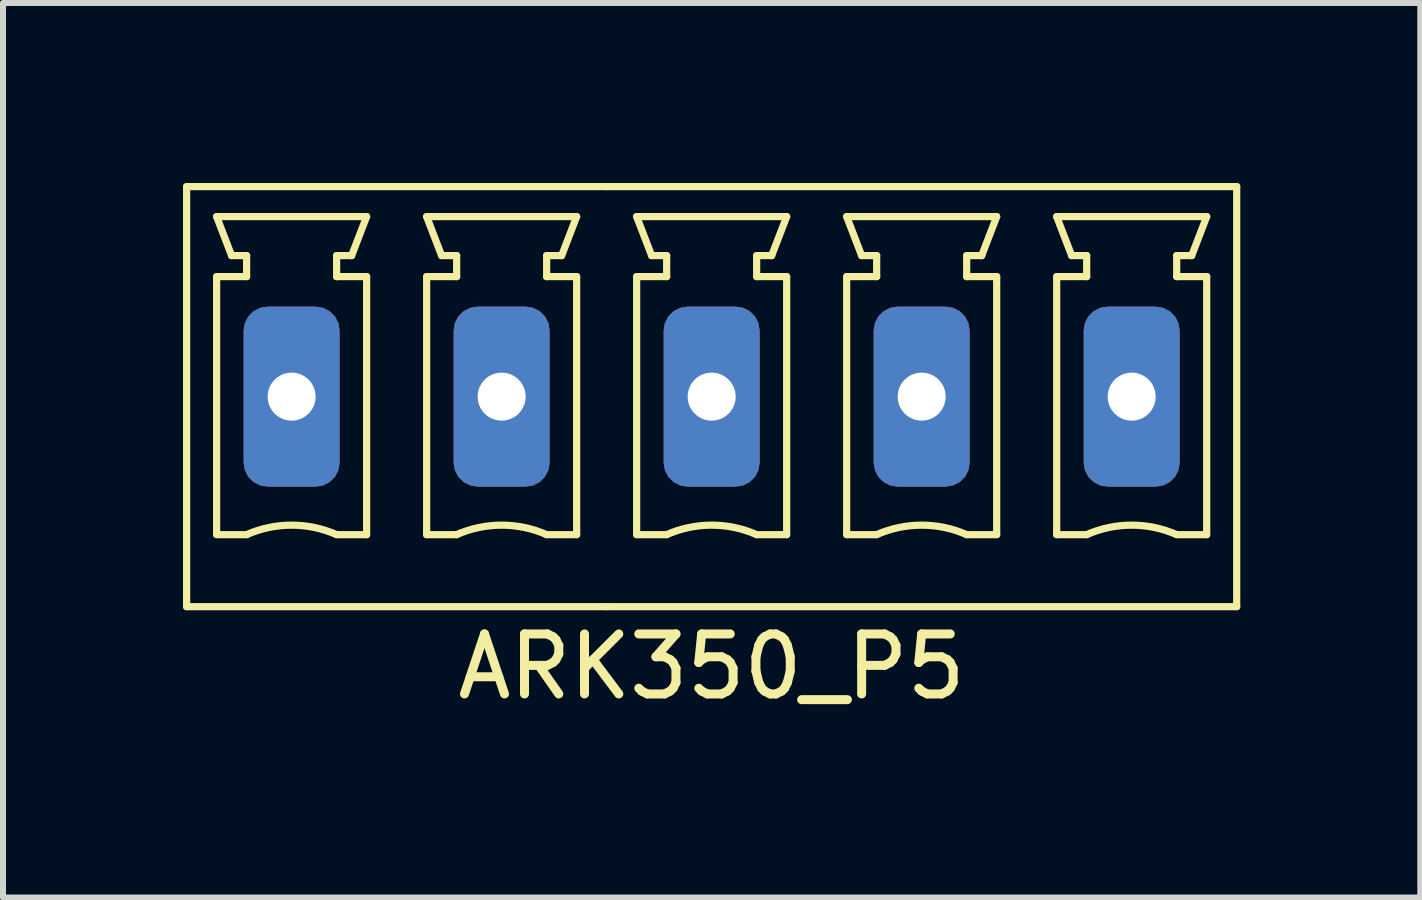
<source format=kicad_pcb>
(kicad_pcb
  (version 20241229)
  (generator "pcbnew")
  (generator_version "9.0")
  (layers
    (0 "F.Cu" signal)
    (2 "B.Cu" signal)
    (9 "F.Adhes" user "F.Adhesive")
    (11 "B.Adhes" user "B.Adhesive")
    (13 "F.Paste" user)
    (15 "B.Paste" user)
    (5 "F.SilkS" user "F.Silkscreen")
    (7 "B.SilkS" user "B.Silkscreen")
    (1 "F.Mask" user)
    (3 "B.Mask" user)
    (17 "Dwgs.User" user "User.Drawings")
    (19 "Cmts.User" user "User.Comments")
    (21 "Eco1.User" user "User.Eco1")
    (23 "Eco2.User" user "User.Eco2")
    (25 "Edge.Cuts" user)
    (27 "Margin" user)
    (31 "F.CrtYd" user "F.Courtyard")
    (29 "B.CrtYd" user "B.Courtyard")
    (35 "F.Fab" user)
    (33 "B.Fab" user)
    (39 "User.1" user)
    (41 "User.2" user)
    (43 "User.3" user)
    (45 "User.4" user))
  (footprint "ARK350_P5"
    (layer "F.Cu")
    (at 8.81 3.56)
    (property "Reference" "ARK350_P5" (at 0 4.5 0) (layer "F.SilkS") (effects (font (size 1 1) (thickness 0.15))))
    (attr through_hole)
    (fp_line (start -8.75 -3.5) (end -8.75 3.5) (stroke (width 0.12) (type solid)) (layer "F.SilkS"))
    (fp_line (start -8.75 3.5) (end -1.75 3.5) (stroke (width 0.12) (type solid)) (layer "F.SilkS"))
    (fp_line (start -8.25 -3) (end -5.75 -3) (stroke (width 0.12) (type solid)) (layer "F.SilkS"))
    (fp_line (start -8.25 -2) (end -7.75 -2) (stroke (width 0.12) (type solid)) (layer "F.SilkS"))
    (fp_line (start -8.25 2.3) (end -8.25 -2) (stroke (width 0.12) (type solid)) (layer "F.SilkS"))
    (fp_line (start -8 -2.35) (end -8.25 -3) (stroke (width 0.12) (type solid)) (layer "F.SilkS"))
    (fp_line (start -7.75 -2.35) (end -8 -2.35) (stroke (width 0.12) (type solid)) (layer "F.SilkS"))
    (fp_line (start -7.75 -2) (end -7.75 -2.35) (stroke (width 0.12) (type solid)) (layer "F.SilkS"))
    (fp_line (start -7.75 2.3) (end -8.25 2.3) (stroke (width 0.12) (type solid)) (layer "F.SilkS"))
    (fp_line (start -6.25 -2.35) (end -6.25 -2) (stroke (width 0.12) (type solid)) (layer "F.SilkS"))
    (fp_line (start -6.25 -2) (end -5.75 -2) (stroke (width 0.12) (type solid)) (layer "F.SilkS"))
    (fp_line (start -6 -2.35) (end -6.25 -2.35) (stroke (width 0.12) (type solid)) (layer "F.SilkS"))
    (fp_line (start -5.75 -3) (end -6 -2.35) (stroke (width 0.12) (type solid)) (layer "F.SilkS"))
    (fp_line (start -5.75 -2) (end -5.75 2.3) (stroke (width 0.12) (type solid)) (layer "F.SilkS"))
    (fp_line (start -5.75 2.3) (end -6.25 2.3) (stroke (width 0.12) (type solid)) (layer "F.SilkS"))
    (fp_line (start -4.75 -3) (end -2.25 -3) (stroke (width 0.12) (type solid)) (layer "F.SilkS"))
    (fp_line (start -4.75 -2) (end -4.25 -2) (stroke (width 0.12) (type solid)) (layer "F.SilkS"))
    (fp_line (start -4.75 2.3) (end -4.75 -2) (stroke (width 0.12) (type solid)) (layer "F.SilkS"))
    (fp_line (start -4.5 -2.35) (end -4.75 -3) (stroke (width 0.12) (type solid)) (layer "F.SilkS"))
    (fp_line (start -4.25 -2.35) (end -4.5 -2.35) (stroke (width 0.12) (type solid)) (layer "F.SilkS"))
    (fp_line (start -4.25 -2) (end -4.25 -2.35) (stroke (width 0.12) (type solid)) (layer "F.SilkS"))
    (fp_line (start -4.25 2.3) (end -4.75 2.3) (stroke (width 0.12) (type solid)) (layer "F.SilkS"))
    (fp_line (start -2.75 -2.35) (end -2.75 -2) (stroke (width 0.12) (type solid)) (layer "F.SilkS"))
    (fp_line (start -2.75 -2) (end -2.25 -2) (stroke (width 0.12) (type solid)) (layer "F.SilkS"))
    (fp_line (start -2.5 -2.35) (end -2.75 -2.35) (stroke (width 0.12) (type solid)) (layer "F.SilkS"))
    (fp_line (start -2.25 -3) (end -2.5 -2.35) (stroke (width 0.12) (type solid)) (layer "F.SilkS"))
    (fp_line (start -2.25 -2) (end -2.25 2.3) (stroke (width 0.12) (type solid)) (layer "F.SilkS"))
    (fp_line (start -2.25 2.3) (end -2.75 2.3) (stroke (width 0.12) (type solid)) (layer "F.SilkS"))
    (fp_line (start -1.75 -3.5) (end -8.75 -3.5) (stroke (width 0.12) (type solid)) (layer "F.SilkS"))
    (fp_line (start -1.75 3.5) (end 8.75 3.5) (stroke (width 0.12) (type solid)) (layer "F.SilkS"))
    (fp_line (start -1.25 -3) (end 1.25 -3) (stroke (width 0.12) (type solid)) (layer "F.SilkS"))
    (fp_line (start -1.25 -2) (end -0.75 -2) (stroke (width 0.12) (type solid)) (layer "F.SilkS"))
    (fp_line (start -1.25 2.3) (end -1.25 -2) (stroke (width 0.12) (type solid)) (layer "F.SilkS"))
    (fp_line (start -1 -2.35) (end -1.25 -3) (stroke (width 0.12) (type solid)) (layer "F.SilkS"))
    (fp_line (start -0.75 -2.35) (end -1 -2.35) (stroke (width 0.12) (type solid)) (layer "F.SilkS"))
    (fp_line (start -0.75 -2) (end -0.75 -2.35) (stroke (width 0.12) (type solid)) (layer "F.SilkS"))
    (fp_line (start -0.75 2.3) (end -1.25 2.3) (stroke (width 0.12) (type solid)) (layer "F.SilkS"))
    (fp_line (start 0.75 -2.35) (end 0.75 -2) (stroke (width 0.12) (type solid)) (layer "F.SilkS"))
    (fp_line (start 0.75 -2) (end 1.25 -2) (stroke (width 0.12) (type solid)) (layer "F.SilkS"))
    (fp_line (start 1 -2.35) (end 0.75 -2.35) (stroke (width 0.12) (type solid)) (layer "F.SilkS"))
    (fp_line (start 1.25 -3) (end 1 -2.35) (stroke (width 0.12) (type solid)) (layer "F.SilkS"))
    (fp_line (start 1.25 -2) (end 1.25 2.3) (stroke (width 0.12) (type solid)) (layer "F.SilkS"))
    (fp_line (start 1.25 2.3) (end 0.75 2.3) (stroke (width 0.12) (type solid)) (layer "F.SilkS"))
    (fp_line (start 2.25 -3) (end 4.75 -3) (stroke (width 0.12) (type solid)) (layer "F.SilkS"))
    (fp_line (start 2.25 -2) (end 2.75 -2) (stroke (width 0.12) (type solid)) (layer "F.SilkS"))
    (fp_line (start 2.25 2.3) (end 2.25 -2) (stroke (width 0.12) (type solid)) (layer "F.SilkS"))
    (fp_line (start 2.5 -2.35) (end 2.25 -3) (stroke (width 0.12) (type solid)) (layer "F.SilkS"))
    (fp_line (start 2.75 -2.35) (end 2.5 -2.35) (stroke (width 0.12) (type solid)) (layer "F.SilkS"))
    (fp_line (start 2.75 -2) (end 2.75 -2.35) (stroke (width 0.12) (type solid)) (layer "F.SilkS"))
    (fp_line (start 2.75 2.3) (end 2.25 2.3) (stroke (width 0.12) (type solid)) (layer "F.SilkS"))
    (fp_line (start 4.25 -2.35) (end 4.25 -2) (stroke (width 0.12) (type solid)) (layer "F.SilkS"))
    (fp_line (start 4.25 -2) (end 4.75 -2) (stroke (width 0.12) (type solid)) (layer "F.SilkS"))
    (fp_line (start 4.5 -2.35) (end 4.25 -2.35) (stroke (width 0.12) (type solid)) (layer "F.SilkS"))
    (fp_line (start 4.75 -3) (end 4.5 -2.35) (stroke (width 0.12) (type solid)) (layer "F.SilkS"))
    (fp_line (start 4.75 -2) (end 4.75 2.3) (stroke (width 0.12) (type solid)) (layer "F.SilkS"))
    (fp_line (start 4.75 2.3) (end 4.25 2.3) (stroke (width 0.12) (type solid)) (layer "F.SilkS"))
    (fp_line (start 5.75 -3) (end 8.25 -3) (stroke (width 0.12) (type solid)) (layer "F.SilkS"))
    (fp_line (start 5.75 -2) (end 6.25 -2) (stroke (width 0.12) (type solid)) (layer "F.SilkS"))
    (fp_line (start 5.75 2.3) (end 5.75 -2) (stroke (width 0.12) (type solid)) (layer "F.SilkS"))
    (fp_line (start 6 -2.35) (end 5.75 -3) (stroke (width 0.12) (type solid)) (layer "F.SilkS"))
    (fp_line (start 6.25 -2.35) (end 6 -2.35) (stroke (width 0.12) (type solid)) (layer "F.SilkS"))
    (fp_line (start 6.25 -2) (end 6.25 -2.35) (stroke (width 0.12) (type solid)) (layer "F.SilkS"))
    (fp_line (start 6.25 2.3) (end 5.75 2.3) (stroke (width 0.12) (type solid)) (layer "F.SilkS"))
    (fp_line (start 7.75 -2.35) (end 7.75 -2) (stroke (width 0.12) (type solid)) (layer "F.SilkS"))
    (fp_line (start 7.75 -2) (end 8.25 -2) (stroke (width 0.12) (type solid)) (layer "F.SilkS"))
    (fp_line (start 8 -2.35) (end 7.75 -2.35) (stroke (width 0.12) (type solid)) (layer "F.SilkS"))
    (fp_line (start 8.25 -3) (end 8 -2.35) (stroke (width 0.12) (type solid)) (layer "F.SilkS"))
    (fp_line (start 8.25 -2) (end 8.25 2.3) (stroke (width 0.12) (type solid)) (layer "F.SilkS"))
    (fp_line (start 8.25 2.3) (end 7.75 2.3) (stroke (width 0.12) (type solid)) (layer "F.SilkS"))
    (fp_line (start 8.75 -3.5) (end -1.75 -3.5) (stroke (width 0.12) (type solid)) (layer "F.SilkS"))
    (fp_line (start 8.75 3.5) (end 8.75 -3.5) (stroke (width 0.12) (type solid)) (layer "F.SilkS"))
    (fp_arc (start -7.75 2.3) (mid -7.000193 2.14191) (end -6.250353 2.299844) (stroke (width 0.12) (type solid)) (layer "F.SilkS"))
    (fp_arc (start -4.25 2.3) (mid -3.500193 2.14191) (end -2.750353 2.299844) (stroke (width 0.12) (type solid)) (layer "F.SilkS"))
    (fp_arc (start -0.75 2.3) (mid -0.000193 2.14191) (end 0.749647 2.299844) (stroke (width 0.12) (type solid)) (layer "F.SilkS"))
    (fp_arc (start 2.75 2.3) (mid 3.499807 2.14191) (end 4.249647 2.299844) (stroke (width 0.12) (type solid)) (layer "F.SilkS"))
    (fp_arc (start 6.25 2.3) (mid 6.999807 2.14191) (end 7.749647 2.299844) (stroke (width 0.12) (type solid)) (layer "F.SilkS"))
    (pad "1" thru_hole roundrect (at -7 0) (size 1.6 3) (drill 0.8) (layers "*.Cu" "*.Mask") (roundrect_rratio 0.25))
    (pad "2" thru_hole roundrect (at -3.5 0) (size 1.6 3) (drill 0.8) (layers "*.Cu" "*.Mask") (roundrect_rratio 0.25))
    (pad "3" thru_hole roundrect (at 0 0) (size 1.6 3) (drill 0.8) (layers "*.Cu" "*.Mask") (roundrect_rratio 0.25))
    (pad "4" thru_hole roundrect (at 3.5 0) (size 1.6 3) (drill 0.8) (layers "*.Cu" "*.Mask") (roundrect_rratio 0.25))
    (pad "5" thru_hole roundrect (at 7 0) (size 1.6 3) (drill 0.8) (layers "*.Cu" "*.Mask") (roundrect_rratio 0.25)))
  (gr_rect
    (start -3 -3)
    (end 20.62 11.908)
    (stroke (width 0.1) (type default))
    (fill no)
    (layer "Edge.Cuts")))
</source>
